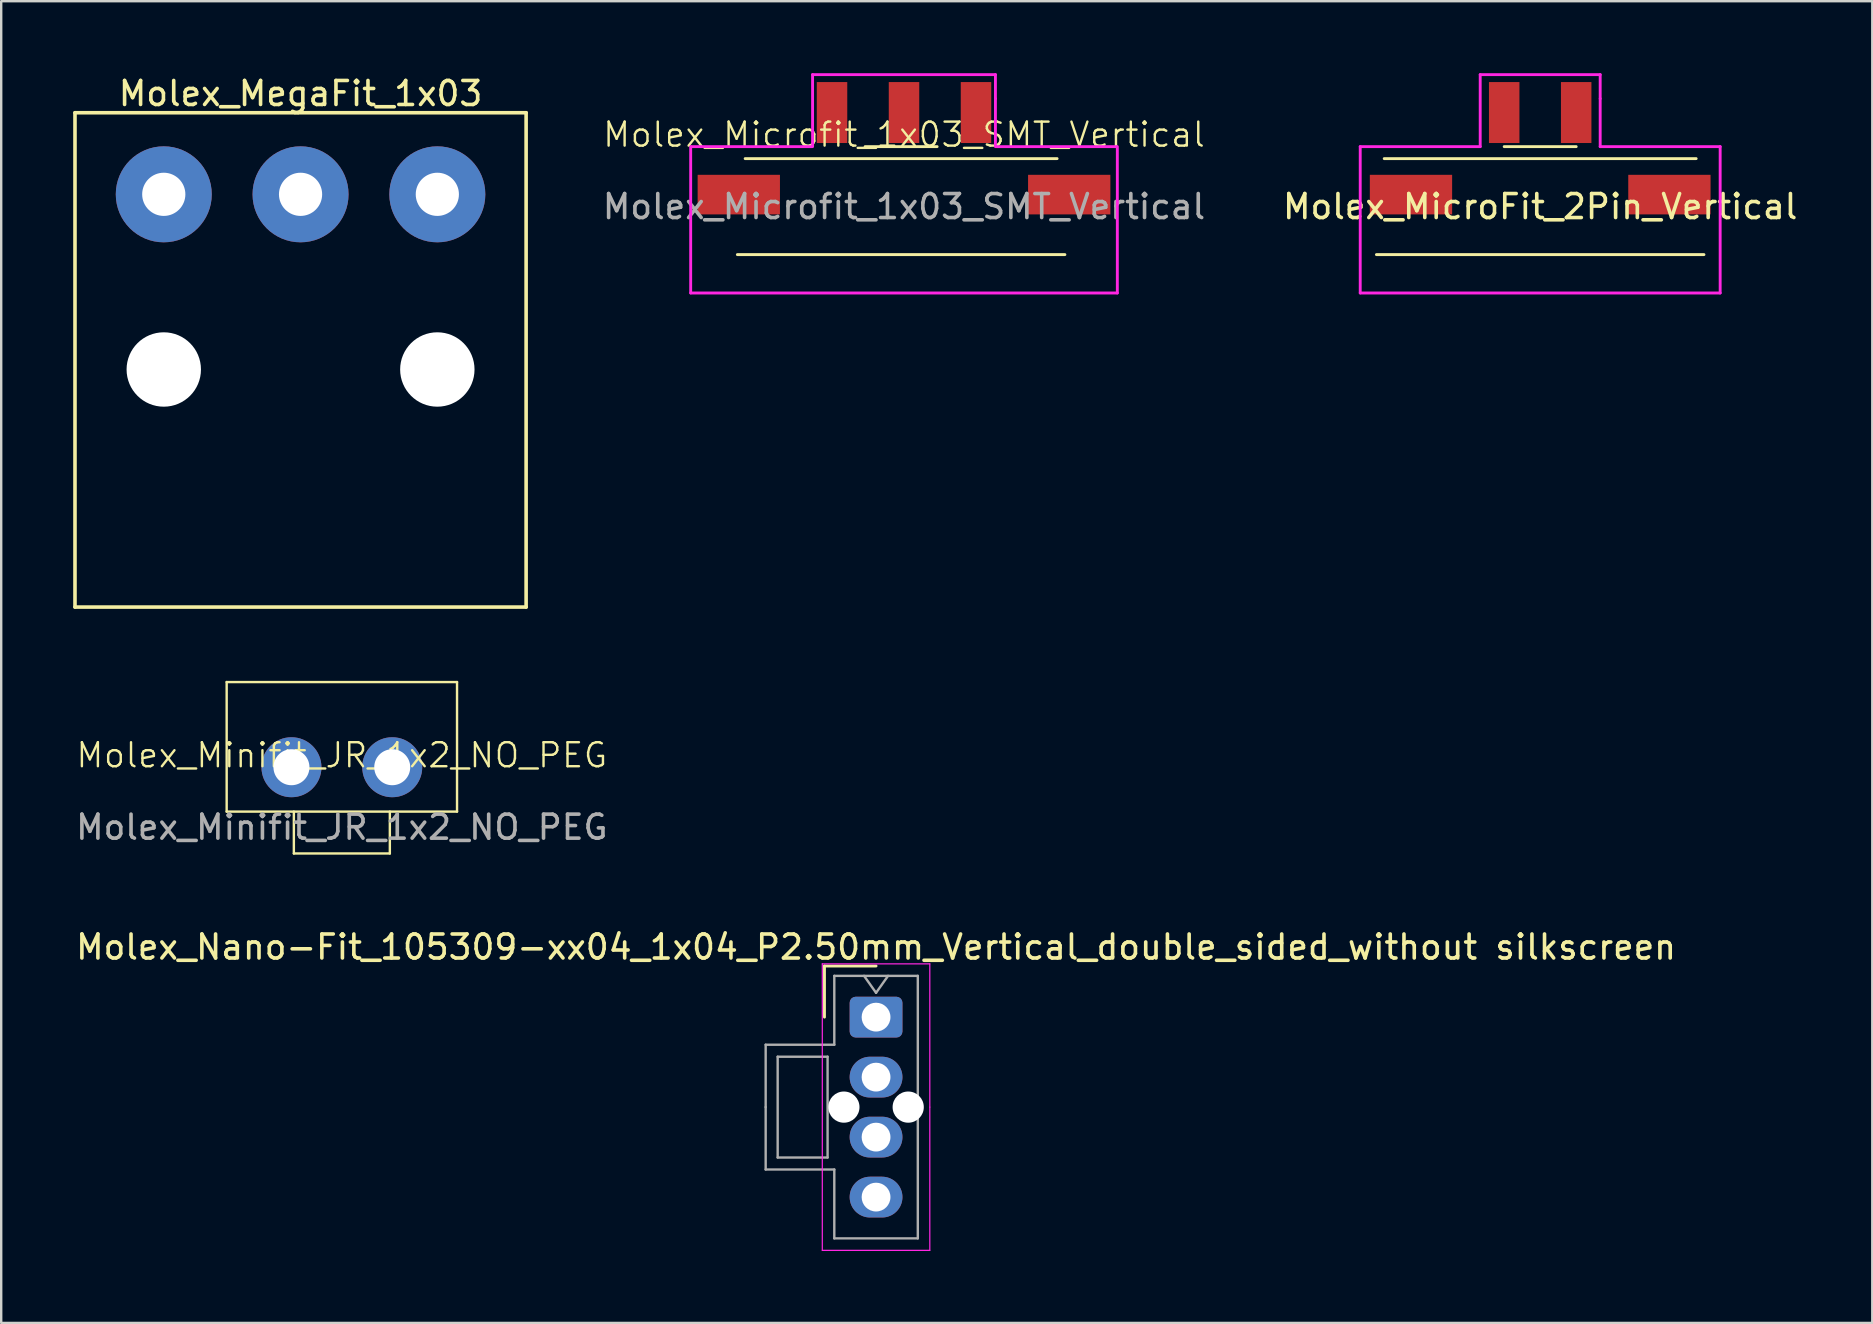
<source format=kicad_pcb>
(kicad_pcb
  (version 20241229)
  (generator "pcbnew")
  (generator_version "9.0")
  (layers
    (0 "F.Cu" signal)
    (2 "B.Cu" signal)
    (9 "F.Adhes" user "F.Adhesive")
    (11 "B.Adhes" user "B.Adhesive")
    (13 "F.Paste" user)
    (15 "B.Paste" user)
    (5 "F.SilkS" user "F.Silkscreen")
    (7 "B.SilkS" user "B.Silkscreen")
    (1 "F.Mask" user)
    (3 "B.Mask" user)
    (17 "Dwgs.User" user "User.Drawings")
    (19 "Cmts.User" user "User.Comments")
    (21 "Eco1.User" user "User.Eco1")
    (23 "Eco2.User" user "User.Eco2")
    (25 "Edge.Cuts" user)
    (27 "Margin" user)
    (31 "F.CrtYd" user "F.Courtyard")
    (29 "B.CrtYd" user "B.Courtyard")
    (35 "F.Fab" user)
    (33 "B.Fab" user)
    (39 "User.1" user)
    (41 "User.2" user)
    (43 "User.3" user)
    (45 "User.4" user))
  (footprint "Molex_Minifit_JR_1x2_NO_PEG"
    (layer "F.Cu")
    (at 11.196 28.923)
    (property "Reference" "Molex_Minifit_JR_1x2_NO_PEG" (at 0 -0.5 0) (unlocked yes) (layer "F.SilkS") (effects (font (size 1 1) (thickness 0.1))))
    (attr through_hole)
    (fp_line (start -4.8 -3.55) (end -4.8 1.85) (stroke (width 0.1) (type default)) (layer "F.SilkS"))
    (fp_line (start -4.8 -3.55) (end 4.8 -3.55) (stroke (width 0.1) (type default)) (layer "F.SilkS"))
    (fp_line (start -4.8 1.85) (end 4.8 1.85) (stroke (width 0.1) (type default)) (layer "F.SilkS"))
    (fp_line (start -2 3.595) (end -2 1.85) (stroke (width 0.1) (type default)) (layer "F.SilkS"))
    (fp_line (start 2 1.85) (end 2 3.595) (stroke (width 0.1) (type default)) (layer "F.SilkS"))
    (fp_line (start 2 3.595) (end -2 3.595) (stroke (width 0.1) (type default)) (layer "F.SilkS"))
    (fp_line (start 4.8 -3.55) (end 4.8 1.85) (stroke (width 0.1) (type default)) (layer "F.SilkS"))
    (fp_text user "${REFERENCE}" (at 0 2.5 0) (unlocked yes) (layer "F.Fab") (effects (font (size 1 1) (thickness 0.15))))
    (pad "1" thru_hole circle (at -2.1 0) (size 2.5 2.5) (drill 1.5) (layers "*.Cu" "*.Mask"))
    (pad "2" thru_hole circle (at 2.1 0) (size 2.5 2.5) (drill 1.5) (layers "*.Cu" "*.Mask")))
  (footprint "Molex_Microfit_1x03_SMT_Vertical"
    (layer "F.Cu")
    (at 34.623 3.06)
    (property "Reference" "Molex_Microfit_1x03_SMT_Vertical" (at 0 -0.5 0) (unlocked yes) (layer "F.SilkS") (effects (font (size 1 1) (thickness 0.1))))
    (attr smd)
    (fp_line (start 1.38 0) (end -1.62 0) (stroke (width 0.12) (type solid)) (layer "F.SilkS"))
    (fp_line (start 6.38 0.5) (end -6.62 0.5) (stroke (width 0.12) (type solid)) (layer "F.SilkS"))
    (fp_line (start 6.705 4.5) (end -6.945 4.5) (stroke (width 0.12) (type solid)) (layer "F.SilkS"))
    (fp_line (start -8.89 0) (end -8.89 6.1) (stroke (width 0.12) (type solid)) (layer "F.CrtYd"))
    (fp_line (start -8.89 6.1) (end 8.89 6.1) (stroke (width 0.12) (type solid)) (layer "F.CrtYd"))
    (fp_line (start -8.85 0) (end -3.85 0) (stroke (width 0.12) (type solid)) (layer "F.CrtYd"))
    (fp_line (start -3.81 -3) (end -3.81 0) (stroke (width 0.12) (type solid)) (layer "F.CrtYd"))
    (fp_line (start 3.81 -3) (end -3.81 -3) (stroke (width 0.12) (type solid)) (layer "F.CrtYd"))
    (fp_line (start 3.81 -2) (end 3.81 -3) (stroke (width 0.12) (type solid)) (layer "F.CrtYd"))
    (fp_line (start 3.81 0) (end 3.81 -2) (stroke (width 0.12) (type solid)) (layer "F.CrtYd"))
    (fp_line (start 8.85 0) (end 3.85 0) (stroke (width 0.12) (type solid)) (layer "F.CrtYd"))
    (fp_line (start 8.89 6.1) (end 8.89 0) (stroke (width 0.12) (type solid)) (layer "F.CrtYd"))
    (fp_text user "${REFERENCE}" (at 0 2.5 0) (unlocked yes) (layer "F.Fab") (effects (font (size 1 1) (thickness 0.15))))
    (pad "1" smd rect (at 3 -1.42) (size 1.27 2.54) (layers "F.Cu" "F.Mask" "F.Paste"))
    (pad "2" smd rect (at 0 -1.42) (size 1.27 2.54) (layers "F.Cu" "F.Mask" "F.Paste"))
    (pad "3" smd rect (at -3 -1.42) (size 1.27 2.54) (layers "F.Cu" "F.Mask" "F.Paste"))
    (pad "MP" smd rect (at -6.885 2) (size 3.43 1.65) (layers "F.Cu" "F.Mask" "F.Paste"))
    (pad "MP" smd rect (at 6.885 2) (size 3.43 1.65) (layers "F.Cu" "F.Mask" "F.Paste")))
  (footprint "Molex_MegaFit_1x03"
    (layer "F.Cu")
    (at 9.475 12.348)
    (property "Reference" "Molex_MegaFit_1x03" (at 0 -11.5 0) (layer "F.SilkS") (effects (font (size 1 1) (thickness 0.15))))
    (attr through_hole)
    (fp_line (start -9.4 -10.7) (end -9.4 9.9) (stroke (width 0.15) (type solid)) (layer "F.SilkS"))
    (fp_line (start -9.4 9.9) (end 9.4 9.9) (stroke (width 0.15) (type solid)) (layer "F.SilkS"))
    (fp_line (start 9.4 -10.7) (end -9.4 -10.7) (stroke (width 0.15) (type solid)) (layer "F.SilkS"))
    (fp_line (start 9.4 9.9) (end 9.4 -10.7) (stroke (width 0.15) (type solid)) (layer "F.SilkS"))
    (pad "" np_thru_hole circle (at -5.7 0) (size 3.1 3.1) (drill 3.1) (layers "*.Cu" "*.Mask"))
    (pad "" np_thru_hole circle (at 5.7 0) (size 3.1 3.1) (drill 3.1) (layers "*.Cu" "*.Mask"))
    (pad "1" thru_hole circle (at 5.7 -7.3) (size 4 4) (drill 1.8) (layers "*.Cu" "*.Mask"))
    (pad "2" thru_hole circle (at 0 -7.3) (size 4 4) (drill 1.8) (layers "*.Cu" "*.Mask"))
    (pad "3" thru_hole circle (at -5.7 -7.3) (size 4 4) (drill 1.8) (layers "*.Cu" "*.Mask")))
  (footprint "Molex_MicroFit_2Pin_Vertical"
    (layer "F.Cu")
    (at 61.135 5.06)
    (property "Reference" "Molex_MicroFit_2Pin_Vertical" (at 0 0.5 0) (layer "F.SilkS") (effects (font (size 1 1) (thickness 0.15))))
    (attr through_hole)
    (fp_line (start 1.5 -2) (end -1.5 -2) (stroke (width 0.12) (type solid)) (layer "F.SilkS"))
    (fp_line (start 6.5 -1.5) (end -6.5 -1.5) (stroke (width 0.12) (type solid)) (layer "F.SilkS"))
    (fp_line (start 6.825 2.5) (end -6.825 2.5) (stroke (width 0.12) (type solid)) (layer "F.SilkS"))
    (fp_line (start -7.5 -2) (end -7.5 4.1) (stroke (width 0.12) (type solid)) (layer "F.CrtYd"))
    (fp_line (start -7.5 -2) (end -2.5 -2) (stroke (width 0.12) (type solid)) (layer "F.CrtYd"))
    (fp_line (start -7.5 4.1) (end 7.5 4.1) (stroke (width 0.12) (type solid)) (layer "F.CrtYd"))
    (fp_line (start -2.5 -5) (end -2.5 -2) (stroke (width 0.12) (type solid)) (layer "F.CrtYd"))
    (fp_line (start 2.5 -5) (end -2.5 -5) (stroke (width 0.12) (type solid)) (layer "F.CrtYd"))
    (fp_line (start 2.5 -4) (end 2.5 -5) (stroke (width 0.12) (type solid)) (layer "F.CrtYd"))
    (fp_line (start 2.5 -2) (end 2.5 -4) (stroke (width 0.12) (type solid)) (layer "F.CrtYd"))
    (fp_line (start 7.5 -2) (end 2.5 -2) (stroke (width 0.12) (type solid)) (layer "F.CrtYd"))
    (fp_line (start 7.5 4.1) (end 7.5 -2) (stroke (width 0.12) (type solid)) (layer "F.CrtYd"))
    (pad "1" smd rect (at 1.5 -3.42) (size 1.27 2.54) (layers "F.Cu" "F.Mask" "F.Paste"))
    (pad "2" smd rect (at -1.5 -3.42) (size 1.27 2.54) (layers "F.Cu" "F.Mask" "F.Paste"))
    (pad "MP" smd rect (at -5.385 0) (size 3.43 1.65) (layers "F.Cu" "F.Mask" "F.Paste"))
    (pad "MP" smd rect (at 5.385 0) (size 3.43 1.65) (layers "F.Cu" "F.Mask" "F.Paste")))
  (footprint "Molex_Nano-Fit_105309-xx04_1x04_P2.50mm_Vertical_double_sided_without silkscreen"
    (layer "F.Cu")
    (at 33.458 39.337)
    (property "Reference" "Molex_Nano-Fit_105309-xx04_1x04_P2.50mm_Vertical_double_sided_without silkscreen" (at 0 -2.92 0) (layer "F.SilkS") (effects (font (size 1 1) (thickness 0.15))))
    (attr through_hole)
    (fp_line (start -2.15 -2.13) (end -2.15 0) (stroke (width 0.12) (type solid)) (layer "F.SilkS"))
    (fp_line (start 0 -2.13) (end -2.15 -2.13) (stroke (width 0.12) (type solid)) (layer "F.SilkS"))
    (fp_line (start -2.24 -2.22) (end -2.24 9.72) (stroke (width 0.05) (type solid)) (layer "F.CrtYd"))
    (fp_line (start 2.24 -2.22) (end -2.24 -2.22) (stroke (width 0.05) (type solid)) (layer "F.CrtYd"))
    (fp_line (start 2.24 3.75) (end 2.24 -2.22) (stroke (width 0.05) (type solid)) (layer "F.CrtYd"))
    (fp_line (start 2.24 3.75) (end 2.24 9.72) (stroke (width 0.05) (type solid)) (layer "F.CrtYd"))
    (fp_line (start 2.24 9.72) (end -2.24 9.72) (stroke (width 0.05) (type solid)) (layer "F.CrtYd"))
    (fp_line (start -4.6 1.15) (end -4.6 3.75) (stroke (width 0.1) (type solid)) (layer "F.Fab"))
    (fp_line (start -4.6 6.35) (end -4.6 3.75) (stroke (width 0.1) (type solid)) (layer "F.Fab"))
    (fp_line (start -4.1 1.65) (end -4.1 5.85) (stroke (width 0.1) (type solid)) (layer "F.Fab"))
    (fp_line (start -4.1 5.85) (end -2.02 5.85) (stroke (width 0.1) (type solid)) (layer "F.Fab"))
    (fp_line (start -2.02 1.65) (end -4.1 1.65) (stroke (width 0.1) (type solid)) (layer "F.Fab"))
    (fp_line (start -2.02 5.85) (end -2.02 1.65) (stroke (width 0.1) (type solid)) (layer "F.Fab"))
    (fp_line (start -1.74 -1.72) (end -1.74 1.15) (stroke (width 0.1) (type solid)) (layer "F.Fab"))
    (fp_line (start -1.74 1.15) (end -4.6 1.15) (stroke (width 0.1) (type solid)) (layer "F.Fab"))
    (fp_line (start -1.74 6.35) (end -4.6 6.35) (stroke (width 0.1) (type solid)) (layer "F.Fab"))
    (fp_line (start -1.74 9.22) (end -1.74 6.35) (stroke (width 0.1) (type solid)) (layer "F.Fab"))
    (fp_line (start -0.5 -1.72) (end 0 -1.013) (stroke (width 0.1) (type solid)) (layer "F.Fab"))
    (fp_line (start 0 -1.013) (end 0.5 -1.72) (stroke (width 0.1) (type solid)) (layer "F.Fab"))
    (fp_line (start 1.74 -1.72) (end -1.74 -1.72) (stroke (width 0.1) (type solid)) (layer "F.Fab"))
    (fp_line (start 1.74 3.75) (end 1.74 -1.72) (stroke (width 0.1) (type solid)) (layer "F.Fab"))
    (fp_line (start 1.74 3.75) (end 1.74 9.22) (stroke (width 0.1) (type solid)) (layer "F.Fab"))
    (fp_line (start 1.74 9.22) (end -1.74 9.22) (stroke (width 0.1) (type solid)) (layer "F.Fab"))
    (pad "" np_thru_hole circle (at -1.34 3.75) (size 1.3 1.3) (drill 1.3) (layers "*.Cu" "*.Mask"))
    (pad "" np_thru_hole circle (at 1.34 3.75) (size 1.3 1.3) (drill 1.3) (layers "*.Cu" "*.Mask"))
    (pad "1" thru_hole roundrect (at 0 0) (size 2.2 1.7) (drill 1.2) (layers "*.Cu" "*.Mask") (roundrect_rratio 0.147))
    (pad "2" thru_hole oval (at 0 2.5) (size 2.2 1.7) (drill 1.2) (layers "*.Cu" "*.Mask"))
    (pad "3" thru_hole oval (at 0 5) (size 2.2 1.7) (drill 1.2) (layers "*.Cu" "*.Mask"))
    (pad "4" thru_hole oval (at 0 7.5) (size 2.2 1.7) (drill 1.2) (layers "*.Cu" "*.Mask")))
  (gr_rect
    (start -3 -3)
    (end 74.974 52.081)
    (stroke (width 0.1) (type default))
    (fill no)
    (layer "Edge.Cuts")))
</source>
